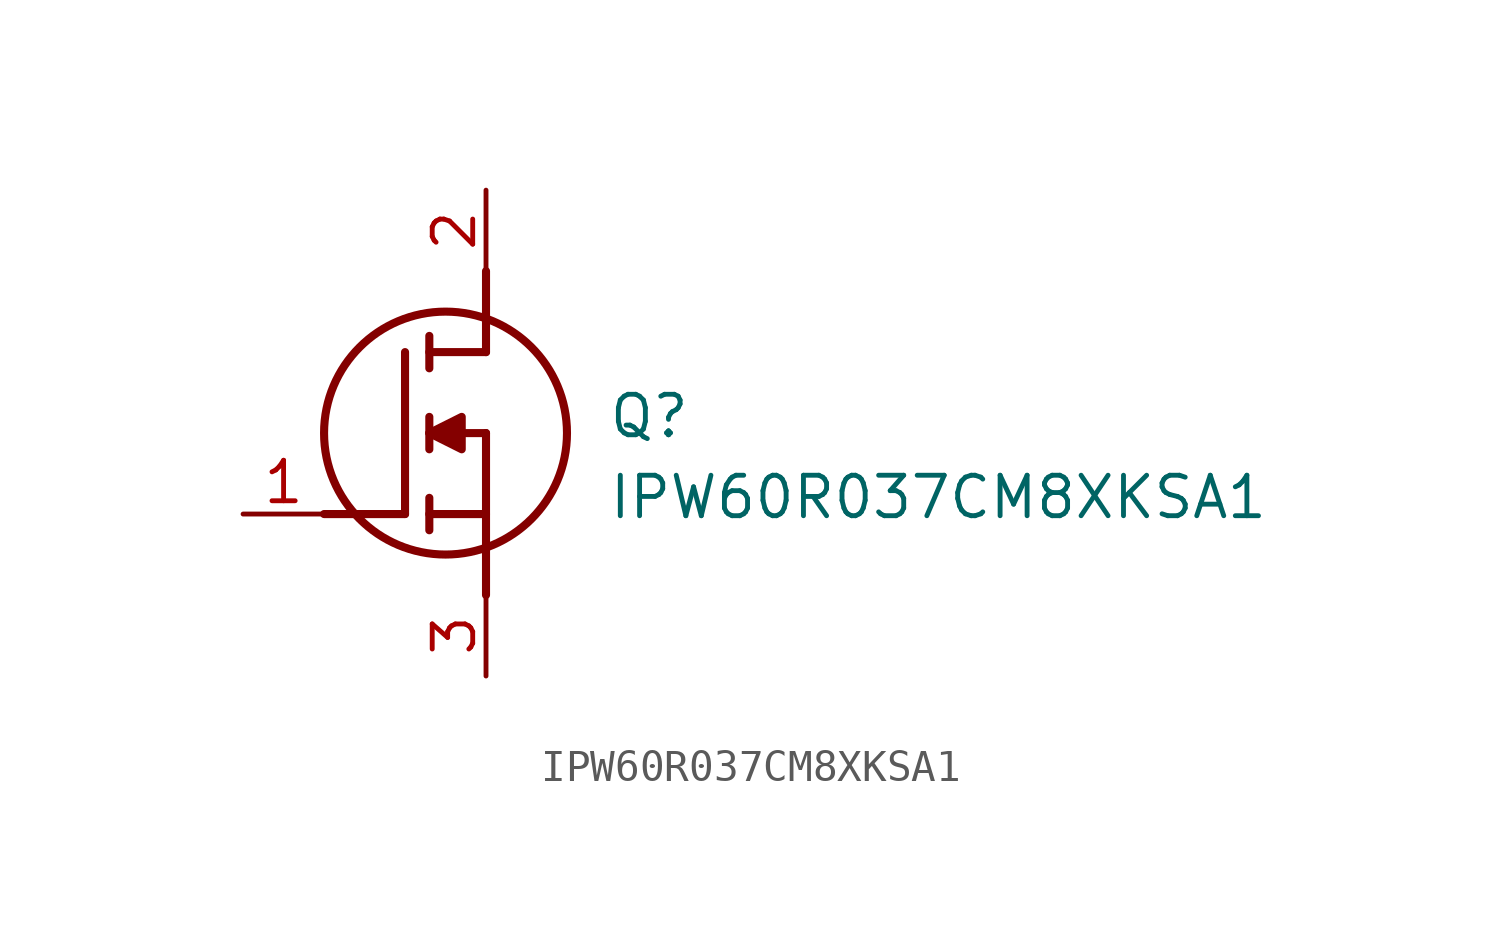
<source format=kicad_sym>
(kicad_symbol_lib
  (version 20211014)
  (generator SamacSys_ECAD_Model)
  (symbol "IPW60R037CM8XKSA1"
    (pin_names hide)
    (property "Reference" "Q"
      (at 11.43 3.81 0)
      (effects (font (size 1.27 1.27)) (justify left top)))
    (property "Value" "IPW60R037CM8XKSA1"
      (at 11.43 1.27 0)
      (effects (font (size 1.27 1.27)) (justify left top)))
    (polyline
      (pts (xy 7.62 2.54) (xy 7.62 -2.54))
      (stroke (width 0.254) (type default))
      (fill (type none)))
    (polyline
      (pts (xy 7.62 5.08) (xy 7.62 7.62))
      (stroke (width 0.254) (type default))
      (fill (type none)))
    (polyline
      (pts (xy 2.54 0) (xy 5.08 0))
      (stroke (width 0.254) (type default))
      (fill (type none)))
    (polyline
      (pts (xy 5.08 5.08) (xy 5.08 0))
      (stroke (width 0.254) (type default))
      (fill (type none)))
    (polyline
      (pts (xy 7.62 2.54) (xy 5.842 2.54))
      (stroke (width 0.254) (type default))
      (fill (type none)))
    (polyline
      (pts (xy 7.62 5.08) (xy 5.842 5.08))
      (stroke (width 0.254) (type default))
      (fill (type none)))
    (polyline
      (pts (xy 5.842 0) (xy 7.62 0))
      (stroke (width 0.254) (type default))
      (fill (type none)))
    (polyline
      (pts (xy 5.842 5.588) (xy 5.842 4.572))
      (stroke (width 0.254) (type default))
      (fill (type none)))
    (polyline
      (pts (xy 5.842 -0.508) (xy 5.842 0.508))
      (stroke (width 0.254) (type default))
      (fill (type none)))
    (polyline
      (pts (xy 5.842 2.032) (xy 5.842 3.048))
      (stroke (width 0.254) (type default))
      (fill (type none)))
    (circle
      (center 6.35 2.54)
      (radius 3.81)
      (stroke (width 0.254) (type default))
      (fill (type none)))
    (polyline
      (pts (xy 5.842 2.54) (xy 6.858 3.048) (xy 6.858 2.032) (xy 5.842 2.54))
      (stroke (width 0.254) (type default))
      (fill (type outline)))
    (pin passive line
      (at 0 0 0)
      (length 2.54)
      (name "G" (effects (font (size 1.27 1.27))))
      (number "1" (effects (font (size 1.27 1.27)))))
    (pin passive line
      (at 7.62 10.16 270)
      (length 2.54)
      (name "D" (effects (font (size 1.27 1.27))))
      (number "2" (effects (font (size 1.27 1.27)))))
    (pin passive line
      (at 7.62 -5.08 90)
      (length 2.54)
      (name "S" (effects (font (size 1.27 1.27))))
      (number "3" (effects (font (size 1.27 1.27)))))))
</source>
